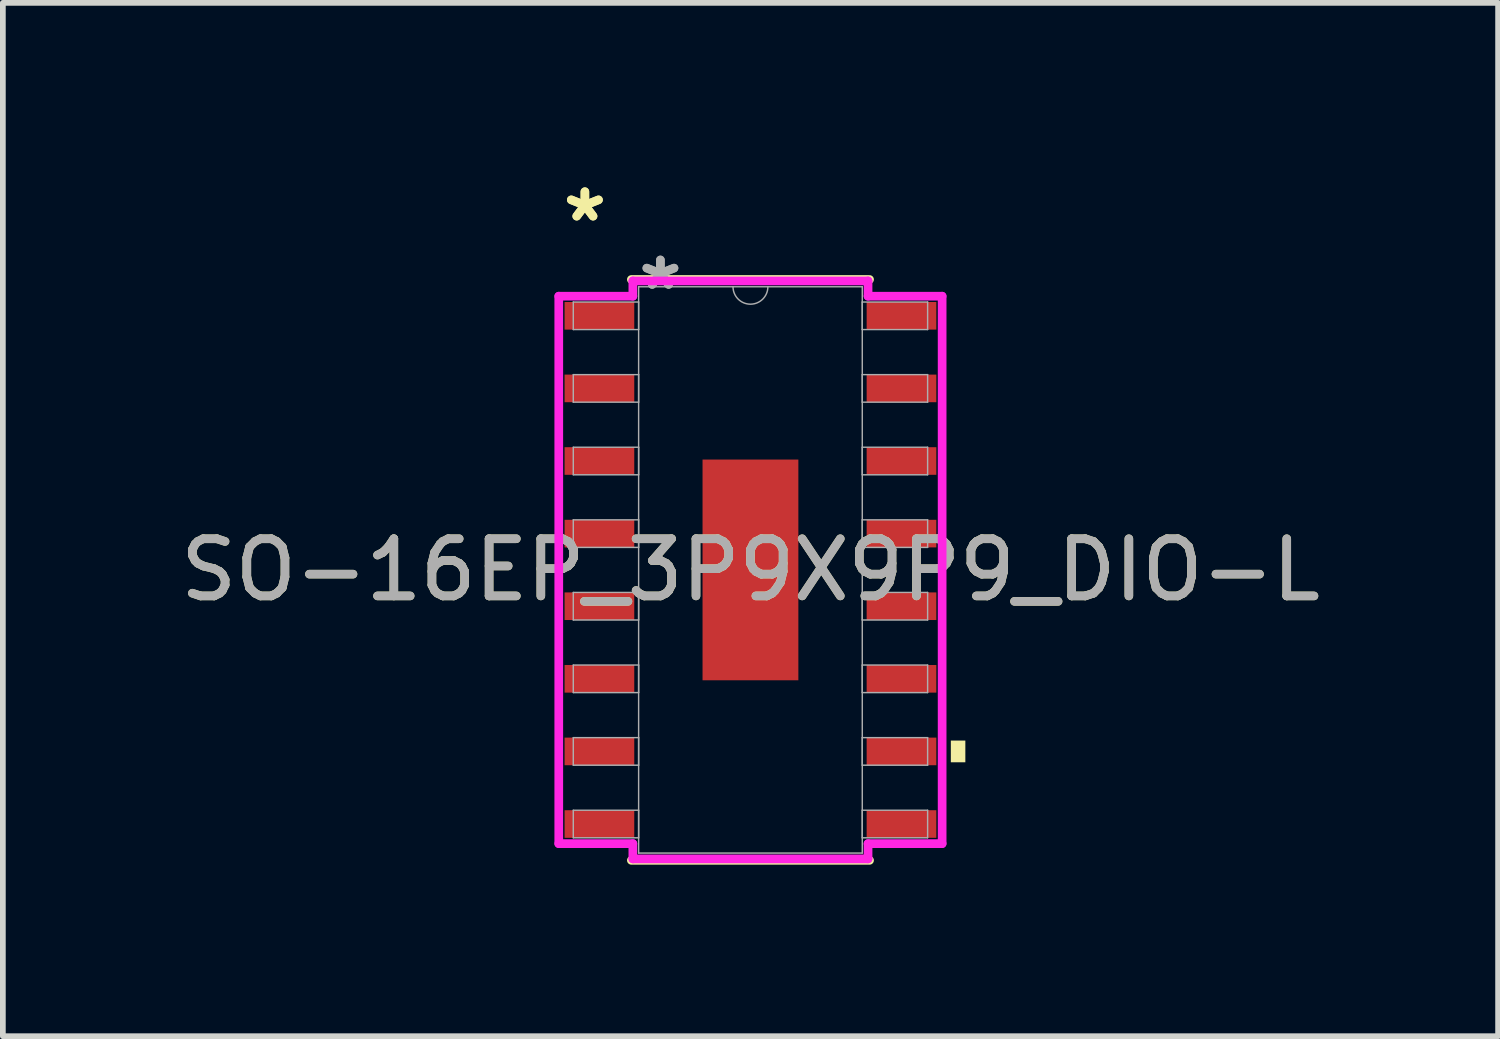
<source format=kicad_pcb>
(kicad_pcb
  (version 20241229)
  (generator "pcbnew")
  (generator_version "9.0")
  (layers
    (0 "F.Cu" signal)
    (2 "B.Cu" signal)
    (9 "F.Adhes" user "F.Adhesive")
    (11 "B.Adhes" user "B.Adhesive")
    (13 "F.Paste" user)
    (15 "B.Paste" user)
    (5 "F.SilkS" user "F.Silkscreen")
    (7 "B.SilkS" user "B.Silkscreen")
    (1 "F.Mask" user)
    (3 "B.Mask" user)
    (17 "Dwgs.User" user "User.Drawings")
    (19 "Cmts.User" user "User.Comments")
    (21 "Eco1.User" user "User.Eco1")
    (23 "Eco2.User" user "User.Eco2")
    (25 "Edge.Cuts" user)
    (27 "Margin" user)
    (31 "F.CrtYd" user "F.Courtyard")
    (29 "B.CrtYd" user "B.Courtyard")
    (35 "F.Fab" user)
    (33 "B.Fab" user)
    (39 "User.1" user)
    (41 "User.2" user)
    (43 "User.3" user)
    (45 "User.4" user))
  (footprint "SO-16EP_3P9X9P9_DIO-L"
    (layer "F.Cu")
    (at 10.077 6.919)
    (property "Reference" "SO-16EP_3P9X9P9_DIO-L" (at 0 0 0) (unlocked yes) (layer "F.SilkS") (effects (font (size 1 1) (thickness 0.15))))
    (attr smd)
    (fp_line (start -2.083 5.08) (end 2.083 5.08) (stroke (width 0.152) (type solid)) (layer "F.SilkS"))
    (fp_line (start 2.083 -5.08) (end -2.083 -5.08) (stroke (width 0.152) (type solid)) (layer "F.SilkS"))
    (fp_poly (pts (xy 3.759 2.985) (xy 3.759 3.365) (xy 3.505 3.365) (xy 3.505 2.985)) (stroke (width 0) (type solid)) (fill yes) (layer "F.SilkS"))
    (fp_poly (pts (xy -0.738 -1.83) (xy -0.738 -0.743) (xy 0.738 -0.743) (xy 0.738 -1.83)) (stroke (width 0) (type solid)) (fill yes) (layer "F.Paste"))
    (fp_poly (pts (xy -0.738 -0.543) (xy -0.738 0.543) (xy 0.738 0.543) (xy 0.738 -0.543)) (stroke (width 0) (type solid)) (fill yes) (layer "F.Paste"))
    (fp_poly (pts (xy -0.738 0.743) (xy -0.738 1.83) (xy 0.738 1.83) (xy 0.738 0.743)) (stroke (width 0) (type solid)) (fill yes) (layer "F.Paste"))
    (fp_line (start -3.353 -4.788) (end -2.057 -4.788) (stroke (width 0.152) (type solid)) (layer "F.CrtYd"))
    (fp_line (start -3.353 4.788) (end -3.353 -4.788) (stroke (width 0.152) (type solid)) (layer "F.CrtYd"))
    (fp_line (start -3.353 4.788) (end -2.057 4.788) (stroke (width 0.152) (type solid)) (layer "F.CrtYd"))
    (fp_line (start -2.057 -5.055) (end 2.057 -5.055) (stroke (width 0.152) (type solid)) (layer "F.CrtYd"))
    (fp_line (start -2.057 -4.788) (end -2.057 -5.055) (stroke (width 0.152) (type solid)) (layer "F.CrtYd"))
    (fp_line (start -2.057 5.055) (end -2.057 4.788) (stroke (width 0.152) (type solid)) (layer "F.CrtYd"))
    (fp_line (start 2.057 -5.055) (end 2.057 -4.788) (stroke (width 0.152) (type solid)) (layer "F.CrtYd"))
    (fp_line (start 2.057 4.788) (end 2.057 5.055) (stroke (width 0.152) (type solid)) (layer "F.CrtYd"))
    (fp_line (start 2.057 5.055) (end -2.057 5.055) (stroke (width 0.152) (type solid)) (layer "F.CrtYd"))
    (fp_line (start 3.353 -4.788) (end 2.057 -4.788) (stroke (width 0.152) (type solid)) (layer "F.CrtYd"))
    (fp_line (start 3.353 -4.788) (end 3.353 4.788) (stroke (width 0.152) (type solid)) (layer "F.CrtYd"))
    (fp_line (start 3.353 4.788) (end 2.057 4.788) (stroke (width 0.152) (type solid)) (layer "F.CrtYd"))
    (fp_line (start -3.099 -4.686) (end -3.099 -4.204) (stroke (width 0.025) (type solid)) (layer "F.Fab"))
    (fp_line (start -3.099 -4.204) (end -1.956 -4.204) (stroke (width 0.025) (type solid)) (layer "F.Fab"))
    (fp_line (start -3.099 -3.416) (end -3.099 -2.934) (stroke (width 0.025) (type solid)) (layer "F.Fab"))
    (fp_line (start -3.099 -2.934) (end -1.956 -2.934) (stroke (width 0.025) (type solid)) (layer "F.Fab"))
    (fp_line (start -3.099 -2.146) (end -3.099 -1.664) (stroke (width 0.025) (type solid)) (layer "F.Fab"))
    (fp_line (start -3.099 -1.664) (end -1.956 -1.664) (stroke (width 0.025) (type solid)) (layer "F.Fab"))
    (fp_line (start -3.099 -0.876) (end -3.099 -0.394) (stroke (width 0.025) (type solid)) (layer "F.Fab"))
    (fp_line (start -3.099 -0.394) (end -1.956 -0.394) (stroke (width 0.025) (type solid)) (layer "F.Fab"))
    (fp_line (start -3.099 0.394) (end -3.099 0.876) (stroke (width 0.025) (type solid)) (layer "F.Fab"))
    (fp_line (start -3.099 0.876) (end -1.956 0.876) (stroke (width 0.025) (type solid)) (layer "F.Fab"))
    (fp_line (start -3.099 1.664) (end -3.099 2.146) (stroke (width 0.025) (type solid)) (layer "F.Fab"))
    (fp_line (start -3.099 2.146) (end -1.956 2.146) (stroke (width 0.025) (type solid)) (layer "F.Fab"))
    (fp_line (start -3.099 2.934) (end -3.099 3.416) (stroke (width 0.025) (type solid)) (layer "F.Fab"))
    (fp_line (start -3.099 3.416) (end -1.956 3.416) (stroke (width 0.025) (type solid)) (layer "F.Fab"))
    (fp_line (start -3.099 4.204) (end -3.099 4.686) (stroke (width 0.025) (type solid)) (layer "F.Fab"))
    (fp_line (start -3.099 4.686) (end -1.956 4.686) (stroke (width 0.025) (type solid)) (layer "F.Fab"))
    (fp_line (start -1.956 -4.953) (end -1.956 4.953) (stroke (width 0.025) (type solid)) (layer "F.Fab"))
    (fp_line (start -1.956 -4.686) (end -3.099 -4.686) (stroke (width 0.025) (type solid)) (layer "F.Fab"))
    (fp_line (start -1.956 -4.204) (end -1.956 -4.686) (stroke (width 0.025) (type solid)) (layer "F.Fab"))
    (fp_line (start -1.956 -3.416) (end -3.099 -3.416) (stroke (width 0.025) (type solid)) (layer "F.Fab"))
    (fp_line (start -1.956 -2.934) (end -1.956 -3.416) (stroke (width 0.025) (type solid)) (layer "F.Fab"))
    (fp_line (start -1.956 -2.146) (end -3.099 -2.146) (stroke (width 0.025) (type solid)) (layer "F.Fab"))
    (fp_line (start -1.956 -1.664) (end -1.956 -2.146) (stroke (width 0.025) (type solid)) (layer "F.Fab"))
    (fp_line (start -1.956 -0.876) (end -3.099 -0.876) (stroke (width 0.025) (type solid)) (layer "F.Fab"))
    (fp_line (start -1.956 -0.394) (end -1.956 -0.876) (stroke (width 0.025) (type solid)) (layer "F.Fab"))
    (fp_line (start -1.956 0.394) (end -3.099 0.394) (stroke (width 0.025) (type solid)) (layer "F.Fab"))
    (fp_line (start -1.956 0.876) (end -1.956 0.394) (stroke (width 0.025) (type solid)) (layer "F.Fab"))
    (fp_line (start -1.956 1.664) (end -3.099 1.664) (stroke (width 0.025) (type solid)) (layer "F.Fab"))
    (fp_line (start -1.956 2.146) (end -1.956 1.664) (stroke (width 0.025) (type solid)) (layer "F.Fab"))
    (fp_line (start -1.956 2.934) (end -3.099 2.934) (stroke (width 0.025) (type solid)) (layer "F.Fab"))
    (fp_line (start -1.956 3.416) (end -1.956 2.934) (stroke (width 0.025) (type solid)) (layer "F.Fab"))
    (fp_line (start -1.956 4.204) (end -3.099 4.204) (stroke (width 0.025) (type solid)) (layer "F.Fab"))
    (fp_line (start -1.956 4.686) (end -1.956 4.204) (stroke (width 0.025) (type solid)) (layer "F.Fab"))
    (fp_line (start -1.956 4.953) (end 1.956 4.953) (stroke (width 0.025) (type solid)) (layer "F.Fab"))
    (fp_line (start 1.956 -4.953) (end -1.956 -4.953) (stroke (width 0.025) (type solid)) (layer "F.Fab"))
    (fp_line (start 1.956 -4.686) (end 1.956 -4.204) (stroke (width 0.025) (type solid)) (layer "F.Fab"))
    (fp_line (start 1.956 -4.204) (end 3.099 -4.204) (stroke (width 0.025) (type solid)) (layer "F.Fab"))
    (fp_line (start 1.956 -3.416) (end 1.956 -2.934) (stroke (width 0.025) (type solid)) (layer "F.Fab"))
    (fp_line (start 1.956 -2.934) (end 3.099 -2.934) (stroke (width 0.025) (type solid)) (layer "F.Fab"))
    (fp_line (start 1.956 -2.146) (end 1.956 -1.664) (stroke (width 0.025) (type solid)) (layer "F.Fab"))
    (fp_line (start 1.956 -1.664) (end 3.099 -1.664) (stroke (width 0.025) (type solid)) (layer "F.Fab"))
    (fp_line (start 1.956 -0.876) (end 1.956 -0.394) (stroke (width 0.025) (type solid)) (layer "F.Fab"))
    (fp_line (start 1.956 -0.394) (end 3.099 -0.394) (stroke (width 0.025) (type solid)) (layer "F.Fab"))
    (fp_line (start 1.956 0.394) (end 1.956 0.876) (stroke (width 0.025) (type solid)) (layer "F.Fab"))
    (fp_line (start 1.956 0.876) (end 3.099 0.876) (stroke (width 0.025) (type solid)) (layer "F.Fab"))
    (fp_line (start 1.956 1.664) (end 1.956 2.146) (stroke (width 0.025) (type solid)) (layer "F.Fab"))
    (fp_line (start 1.956 2.146) (end 3.099 2.146) (stroke (width 0.025) (type solid)) (layer "F.Fab"))
    (fp_line (start 1.956 2.934) (end 1.956 3.416) (stroke (width 0.025) (type solid)) (layer "F.Fab"))
    (fp_line (start 1.956 3.416) (end 3.099 3.416) (stroke (width 0.025) (type solid)) (layer "F.Fab"))
    (fp_line (start 1.956 4.204) (end 1.956 4.686) (stroke (width 0.025) (type solid)) (layer "F.Fab"))
    (fp_line (start 1.956 4.686) (end 3.099 4.686) (stroke (width 0.025) (type solid)) (layer "F.Fab"))
    (fp_line (start 1.956 4.953) (end 1.956 -4.953) (stroke (width 0.025) (type solid)) (layer "F.Fab"))
    (fp_line (start 3.099 -4.686) (end 1.956 -4.686) (stroke (width 0.025) (type solid)) (layer "F.Fab"))
    (fp_line (start 3.099 -4.204) (end 3.099 -4.686) (stroke (width 0.025) (type solid)) (layer "F.Fab"))
    (fp_line (start 3.099 -3.416) (end 1.956 -3.416) (stroke (width 0.025) (type solid)) (layer "F.Fab"))
    (fp_line (start 3.099 -2.934) (end 3.099 -3.416) (stroke (width 0.025) (type solid)) (layer "F.Fab"))
    (fp_line (start 3.099 -2.146) (end 1.956 -2.146) (stroke (width 0.025) (type solid)) (layer "F.Fab"))
    (fp_line (start 3.099 -1.664) (end 3.099 -2.146) (stroke (width 0.025) (type solid)) (layer "F.Fab"))
    (fp_line (start 3.099 -0.876) (end 1.956 -0.876) (stroke (width 0.025) (type solid)) (layer "F.Fab"))
    (fp_line (start 3.099 -0.394) (end 3.099 -0.876) (stroke (width 0.025) (type solid)) (layer "F.Fab"))
    (fp_line (start 3.099 0.394) (end 1.956 0.394) (stroke (width 0.025) (type solid)) (layer "F.Fab"))
    (fp_line (start 3.099 0.876) (end 3.099 0.394) (stroke (width 0.025) (type solid)) (layer "F.Fab"))
    (fp_line (start 3.099 1.664) (end 1.956 1.664) (stroke (width 0.025) (type solid)) (layer "F.Fab"))
    (fp_line (start 3.099 2.146) (end 3.099 1.664) (stroke (width 0.025) (type solid)) (layer "F.Fab"))
    (fp_line (start 3.099 2.934) (end 1.956 2.934) (stroke (width 0.025) (type solid)) (layer "F.Fab"))
    (fp_line (start 3.099 3.416) (end 3.099 2.934) (stroke (width 0.025) (type solid)) (layer "F.Fab"))
    (fp_line (start 3.099 4.204) (end 1.956 4.204) (stroke (width 0.025) (type solid)) (layer "F.Fab"))
    (fp_line (start 3.099 4.686) (end 3.099 4.204) (stroke (width 0.025) (type solid)) (layer "F.Fab"))
    (fp_arc (start 0.3048 -4.953) (mid 0 -4.6482) (end -0.3048 -4.953) (stroke (width 0.0254) (type solid)) (layer "F.Fab"))
    (fp_text user "*" (at -2.896 -6.071 0) (layer "F.SilkS") (effects (font (size 1 1) (thickness 0.15))))
    (fp_text user "*" (at -2.896 -6.071 0) (unlocked yes) (layer "F.SilkS") (effects (font (size 1 1) (thickness 0.15))))
    (fp_text user "*" (at -1.575 -4.877 0) (layer "F.Fab") (effects (font (size 1 1) (thickness 0.15))))
    (fp_text user "*" (at -1.575 -4.877 0) (unlocked yes) (layer "F.Fab") (effects (font (size 1 1) (thickness 0.15))))
    (fp_text user "${REFERENCE}" (at 0 0 0) (unlocked yes) (layer "F.Fab") (effects (font (size 1 1) (thickness 0.15))))
    (pad "1" smd rect (at -2.642 -4.445) (size 1.219 0.483) (layers "F.Cu" "F.Mask" "F.Paste"))
    (pad "2" smd rect (at -2.642 -3.175) (size 1.219 0.483) (layers "F.Cu" "F.Mask" "F.Paste"))
    (pad "3" smd rect (at -2.642 -1.905) (size 1.219 0.483) (layers "F.Cu" "F.Mask" "F.Paste"))
    (pad "4" smd rect (at -2.642 -0.635) (size 1.219 0.483) (layers "F.Cu" "F.Mask" "F.Paste"))
    (pad "5" smd rect (at -2.642 0.635) (size 1.219 0.483) (layers "F.Cu" "F.Mask" "F.Paste"))
    (pad "6" smd rect (at -2.642 1.905) (size 1.219 0.483) (layers "F.Cu" "F.Mask" "F.Paste"))
    (pad "7" smd rect (at -2.642 3.175) (size 1.219 0.483) (layers "F.Cu" "F.Mask" "F.Paste"))
    (pad "8" smd rect (at -2.642 4.445) (size 1.219 0.483) (layers "F.Cu" "F.Mask" "F.Paste"))
    (pad "9" smd rect (at 2.642 4.445) (size 1.219 0.483) (layers "F.Cu" "F.Mask" "F.Paste"))
    (pad "10" smd rect (at 2.642 3.175) (size 1.219 0.483) (layers "F.Cu" "F.Mask" "F.Paste"))
    (pad "11" smd rect (at 2.642 1.905) (size 1.219 0.483) (layers "F.Cu" "F.Mask" "F.Paste"))
    (pad "12" smd rect (at 2.642 0.635) (size 1.219 0.483) (layers "F.Cu" "F.Mask" "F.Paste"))
    (pad "13" smd rect (at 2.642 -0.635) (size 1.219 0.483) (layers "F.Cu" "F.Mask" "F.Paste"))
    (pad "14" smd rect (at 2.642 -1.905) (size 1.219 0.483) (layers "F.Cu" "F.Mask" "F.Paste"))
    (pad "15" smd rect (at 2.642 -3.175) (size 1.219 0.483) (layers "F.Cu" "F.Mask" "F.Paste"))
    (pad "16" smd rect (at 2.642 -4.445) (size 1.219 0.483) (layers "F.Cu" "F.Mask" "F.Paste"))
    (pad "EPAD" smd rect (at 0 0) (size 1.676 3.861) (layers "F.Cu" "F.Mask")))
  (gr_rect
    (start -3 -3)
    (end 23.155 15.075)
    (stroke (width 0.1) (type default))
    (fill no)
    (layer "Edge.Cuts")))
</source>
